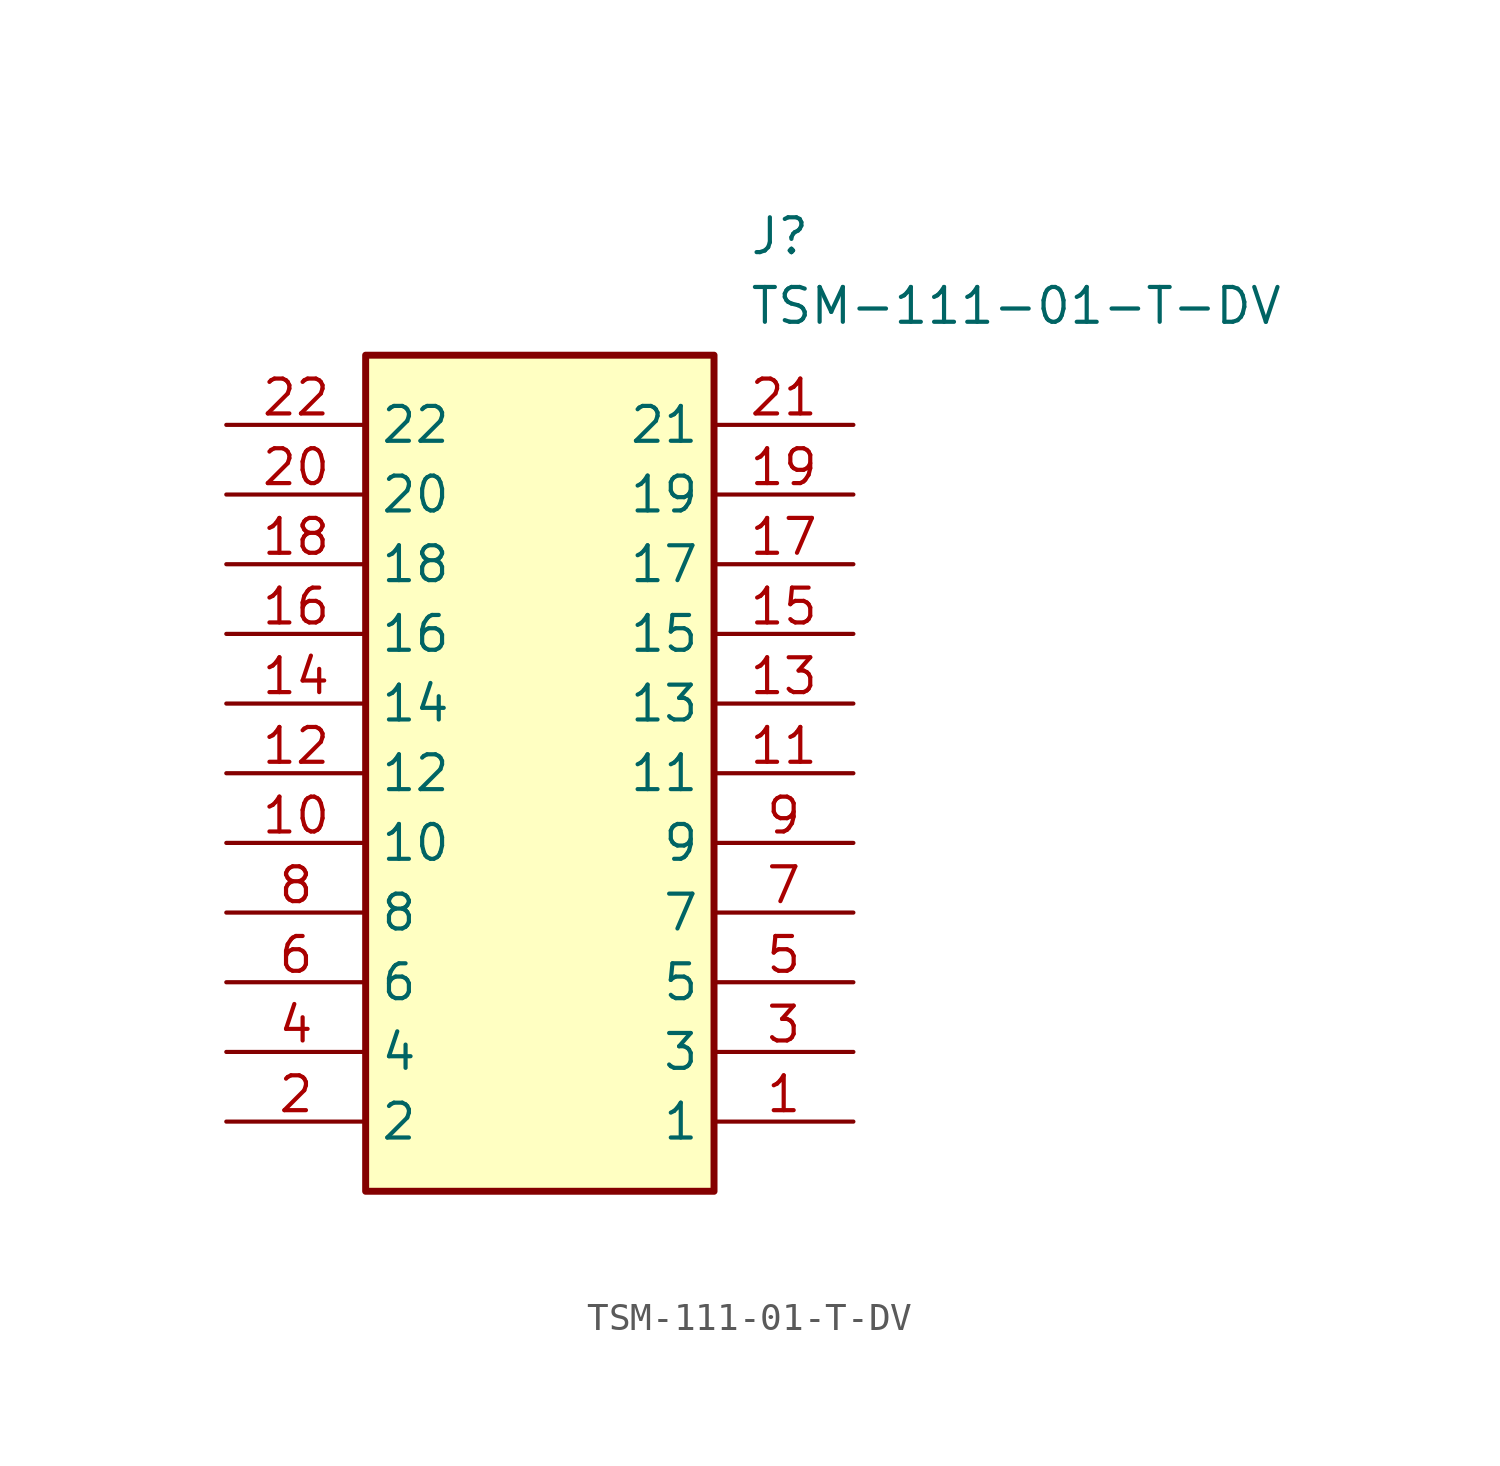
<source format=kicad_sym>
(kicad_symbol_lib
  (version 20211014)
  (generator SamacSys_ECAD_Model)
  (symbol "TSM-111-01-T-DV"
    (property "Reference" "J"
      (at 19.05 7.62 0)
      (effects (font (size 1.27 1.27)) (justify left top)))
    (property "Value" "TSM-111-01-T-DV"
      (at 19.05 5.08 0)
      (effects (font (size 1.27 1.27)) (justify left top)))
    (rectangle
      (start 5.08 2.54)
      (end 17.78 -27.94)
      (stroke (width 0.254) (type default))
      (fill (type background)))
    (pin passive line
      (at 22.86 -25.4 180)
      (length 5.08)
      (name "1" (effects (font (size 1.27 1.27))))
      (number "1" (effects (font (size 1.27 1.27)))))
    (pin passive line
      (at 0 -25.4 0)
      (length 5.08)
      (name "2" (effects (font (size 1.27 1.27))))
      (number "2" (effects (font (size 1.27 1.27)))))
    (pin passive line
      (at 22.86 -22.86 180)
      (length 5.08)
      (name "3" (effects (font (size 1.27 1.27))))
      (number "3" (effects (font (size 1.27 1.27)))))
    (pin passive line
      (at 0 -22.86 0)
      (length 5.08)
      (name "4" (effects (font (size 1.27 1.27))))
      (number "4" (effects (font (size 1.27 1.27)))))
    (pin passive line
      (at 22.86 -20.32 180)
      (length 5.08)
      (name "5" (effects (font (size 1.27 1.27))))
      (number "5" (effects (font (size 1.27 1.27)))))
    (pin passive line
      (at 0 -20.32 0)
      (length 5.08)
      (name "6" (effects (font (size 1.27 1.27))))
      (number "6" (effects (font (size 1.27 1.27)))))
    (pin passive line
      (at 22.86 -17.78 180)
      (length 5.08)
      (name "7" (effects (font (size 1.27 1.27))))
      (number "7" (effects (font (size 1.27 1.27)))))
    (pin passive line
      (at 0 -17.78 0)
      (length 5.08)
      (name "8" (effects (font (size 1.27 1.27))))
      (number "8" (effects (font (size 1.27 1.27)))))
    (pin passive line
      (at 22.86 -15.24 180)
      (length 5.08)
      (name "9" (effects (font (size 1.27 1.27))))
      (number "9" (effects (font (size 1.27 1.27)))))
    (pin passive line
      (at 0 -15.24 0)
      (length 5.08)
      (name "10" (effects (font (size 1.27 1.27))))
      (number "10" (effects (font (size 1.27 1.27)))))
    (pin passive line
      (at 22.86 -12.7 180)
      (length 5.08)
      (name "11" (effects (font (size 1.27 1.27))))
      (number "11" (effects (font (size 1.27 1.27)))))
    (pin passive line
      (at 0 -12.7 0)
      (length 5.08)
      (name "12" (effects (font (size 1.27 1.27))))
      (number "12" (effects (font (size 1.27 1.27)))))
    (pin passive line
      (at 22.86 -10.16 180)
      (length 5.08)
      (name "13" (effects (font (size 1.27 1.27))))
      (number "13" (effects (font (size 1.27 1.27)))))
    (pin passive line
      (at 0 -10.16 0)
      (length 5.08)
      (name "14" (effects (font (size 1.27 1.27))))
      (number "14" (effects (font (size 1.27 1.27)))))
    (pin passive line
      (at 22.86 -7.62 180)
      (length 5.08)
      (name "15" (effects (font (size 1.27 1.27))))
      (number "15" (effects (font (size 1.27 1.27)))))
    (pin passive line
      (at 0 -7.62 0)
      (length 5.08)
      (name "16" (effects (font (size 1.27 1.27))))
      (number "16" (effects (font (size 1.27 1.27)))))
    (pin passive line
      (at 22.86 -5.08 180)
      (length 5.08)
      (name "17" (effects (font (size 1.27 1.27))))
      (number "17" (effects (font (size 1.27 1.27)))))
    (pin passive line
      (at 0 -5.08 0)
      (length 5.08)
      (name "18" (effects (font (size 1.27 1.27))))
      (number "18" (effects (font (size 1.27 1.27)))))
    (pin passive line
      (at 22.86 -2.54 180)
      (length 5.08)
      (name "19" (effects (font (size 1.27 1.27))))
      (number "19" (effects (font (size 1.27 1.27)))))
    (pin passive line
      (at 0 -2.54 0)
      (length 5.08)
      (name "20" (effects (font (size 1.27 1.27))))
      (number "20" (effects (font (size 1.27 1.27)))))
    (pin passive line
      (at 22.86 0 180)
      (length 5.08)
      (name "21" (effects (font (size 1.27 1.27))))
      (number "21" (effects (font (size 1.27 1.27)))))
    (pin passive line
      (at 0 0 0)
      (length 5.08)
      (name "22" (effects (font (size 1.27 1.27))))
      (number "22" (effects (font (size 1.27 1.27)))))))
</source>
